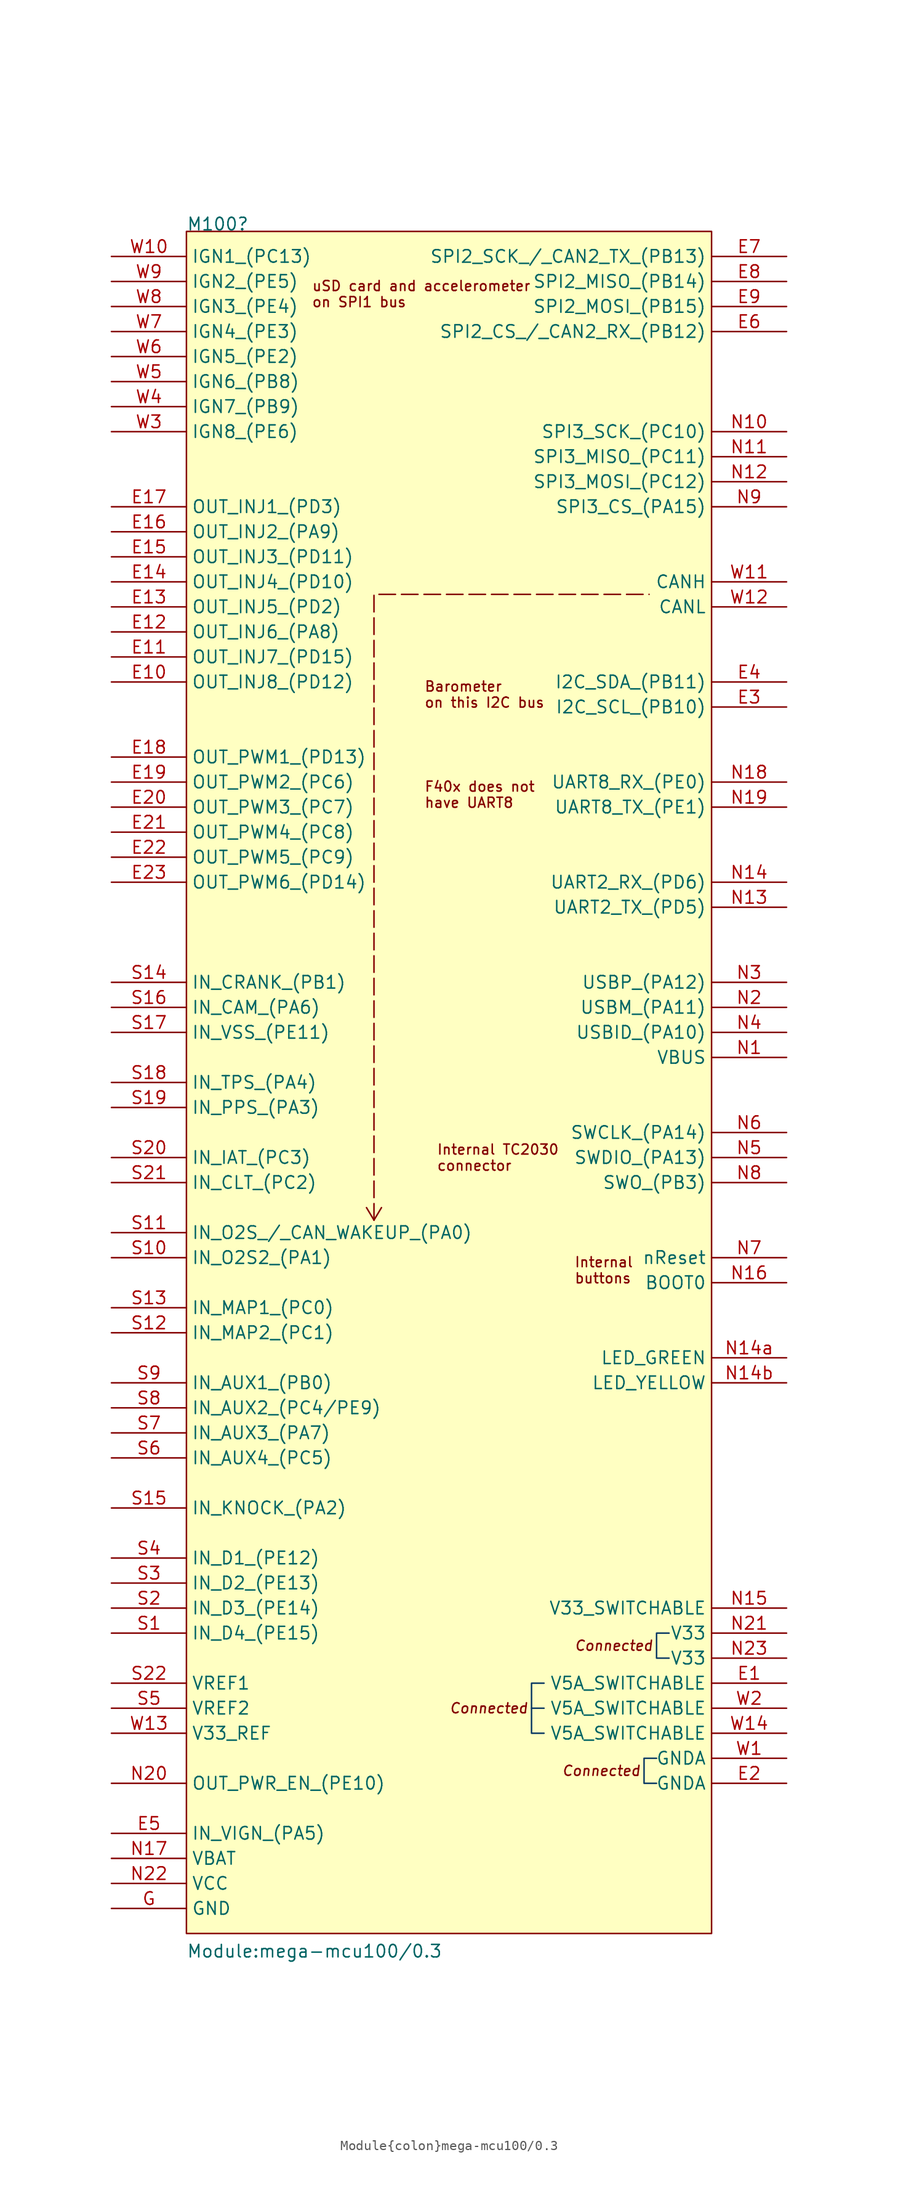
<source format=kicad_sym>
(kicad_symbol_lib
  (version 20220914)
  (generator kicad_symbol_editor)
  (symbol "Module{colon}mega-mcu100/0.3"
    (property "Reference" "M100"
      (at 7.62 2.54 0)
      (effects (font (size 1.27 1.27)) (justify left bottom)))
    (property "Value" "Module:mega-mcu100/0.3"
      (at 7.62 -172.72 0)
      (effects (font (size 1.27 1.27)) (justify left bottom)))
    (symbol "Module{colon}mega-mcu100/0.3_1_0"
      (polyline (pts (xy 26.67 -97.79) (xy 25.908 -96.52)) (stroke (width 0) (type default)) (fill (type none)))
      (polyline (pts (xy 26.67 -97.79) (xy 27.432 -96.52)) (stroke (width 0) (type default)) (fill (type none)))
      (polyline (pts (xy 26.67 -97.79) (xy 26.67 -34.29) (xy 54.61 -34.29)) (stroke (width 0) (type dash)) (fill (type none)))
      (polyline (pts (xy 42.672 -147.32) (xy 43.942 -147.32) (xy 43.942 -147.32) (xy 43.942 -147.32)) (stroke (width 0) (type solid) (color 7 55 99 1)) (fill (type none)))
      (polyline (pts (xy 43.942 -144.78) (xy 42.672 -144.78) (xy 42.672 -149.86) (xy 43.942 -149.86)) (stroke (width 0) (type solid) (color 7 55 99 1)) (fill (type none)))
      (polyline (pts (xy 55.372 -152.4) (xy 54.102 -152.4) (xy 54.102 -154.94) (xy 55.372 -154.94)) (stroke (width 0) (type solid) (color 7 55 99 1)) (fill (type none)))
      (polyline (pts (xy 56.642 -139.7) (xy 55.372 -139.7) (xy 55.372 -142.24) (xy 56.642 -142.24)) (stroke (width 0) (type solid) (color 7 55 99 1)) (fill (type none)))
      (rectangle (start 7.62 2.54) (end 60.96 -170.18) (stroke (width 0) (type solid)) (fill (type background)))
      (text "Barometer\non this I2C bus" (at 31.75 -44.45 0) (effects (font (size 1.016 1.016)) (justify left)))
      (text "Connected" (at 34.29 -147.32 0) (effects (font (size 1.016 1.016) italic) (justify left)))
      (text "Connected" (at 45.72 -153.67 0) (effects (font (size 1.016 1.016) italic) (justify left)))
      (text "Connected" (at 46.99 -140.97 0) (effects (font (size 1.016 1.016) italic) (justify left)))
      (text "F40x does not\nhave UART8" (at 31.75 -54.61 0) (effects (font (size 1.016 1.016)) (justify left)))
      (text "Internal\nbuttons" (at 46.99 -102.87 0) (effects (font (size 1.016 1.016)) (justify left)))
      (text "Internal TC2030\nconnector" (at 33.02 -91.44 0) (effects (font (size 1.016 1.016)) (justify left)))
      (text "uSD card and accelerometer \non SPI1 bus" (at 20.32 -3.81 0) (effects (font (size 1.016 1.016)) (justify left)))
      (pin passive line (at 68.58 -144.78 180) (length 7.62) (name "V5A_SWITCHABLE" (effects (font (size 1.27 1.27)))) (number "E1" (effects (font (size 1.27 1.27)))))
      (pin passive line (at 0 -43.18 0) (length 7.62) (name "OUT_INJ8_(PD12)" (effects (font (size 1.27 1.27)))) (number "E10" (effects (font (size 1.27 1.27)))))
      (pin passive line (at 0 -40.64 0) (length 7.62) (name "OUT_INJ7_(PD15)" (effects (font (size 1.27 1.27)))) (number "E11" (effects (font (size 1.27 1.27)))))
      (pin passive line (at 0 -38.1 0) (length 7.62) (name "OUT_INJ6_(PA8)" (effects (font (size 1.27 1.27)))) (number "E12" (effects (font (size 1.27 1.27)))))
      (pin passive line (at 0 -35.56 0) (length 7.62) (name "OUT_INJ5_(PD2)" (effects (font (size 1.27 1.27)))) (number "E13" (effects (font (size 1.27 1.27)))))
      (pin passive line (at 0 -33.02 0) (length 7.62) (name "OUT_INJ4_(PD10)" (effects (font (size 1.27 1.27)))) (number "E14" (effects (font (size 1.27 1.27)))))
      (pin passive line (at 0 -30.48 0) (length 7.62) (name "OUT_INJ3_(PD11)" (effects (font (size 1.27 1.27)))) (number "E15" (effects (font (size 1.27 1.27)))))
      (pin passive line (at 0 -27.94 0) (length 7.62) (name "OUT_INJ2_(PA9)" (effects (font (size 1.27 1.27)))) (number "E16" (effects (font (size 1.27 1.27)))))
      (pin passive line (at 0 -25.4 0) (length 7.62) (name "OUT_INJ1_(PD3)" (effects (font (size 1.27 1.27)))) (number "E17" (effects (font (size 1.27 1.27)))))
      (pin passive line (at 0 -50.8 0) (length 7.62) (name "OUT_PWM1_(PD13)" (effects (font (size 1.27 1.27)))) (number "E18" (effects (font (size 1.27 1.27)))))
      (pin passive line (at 0 -53.34 0) (length 7.62) (name "OUT_PWM2_(PC6)" (effects (font (size 1.27 1.27)))) (number "E19" (effects (font (size 1.27 1.27)))))
      (pin passive line (at 68.58 -154.94 180) (length 7.62) (name "GNDA" (effects (font (size 1.27 1.27)))) (number "E2" (effects (font (size 1.27 1.27)))))
      (pin passive line (at 0 -55.88 0) (length 7.62) (name "OUT_PWM3_(PC7)" (effects (font (size 1.27 1.27)))) (number "E20" (effects (font (size 1.27 1.27)))))
      (pin passive line (at 0 -58.42 0) (length 7.62) (name "OUT_PWM4_(PC8)" (effects (font (size 1.27 1.27)))) (number "E21" (effects (font (size 1.27 1.27)))))
      (pin passive line (at 0 -60.96 0) (length 7.62) (name "OUT_PWM5_(PC9)" (effects (font (size 1.27 1.27)))) (number "E22" (effects (font (size 1.27 1.27)))))
      (pin passive line (at 0 -63.5 0) (length 7.62) (name "OUT_PWM6_(PD14)" (effects (font (size 1.27 1.27)))) (number "E23" (effects (font (size 1.27 1.27)))))
      (pin passive line (at 68.58 -45.72 180) (length 7.62) (name "I2C_SCL_(PB10)" (effects (font (size 1.27 1.27)))) (number "E3" (effects (font (size 1.27 1.27)))))
      (pin passive line (at 68.58 -43.18 180) (length 7.62) (name "I2C_SDA_(PB11)" (effects (font (size 1.27 1.27)))) (number "E4" (effects (font (size 1.27 1.27)))))
      (pin passive line (at 0 -160.02 0) (length 7.62) (name "IN_VIGN_(PA5)" (effects (font (size 1.27 1.27)))) (number "E5" (effects (font (size 1.27 1.27)))))
      (pin passive line (at 68.58 -7.62 180) (length 7.62) (name "SPI2_CS_/_CAN2_RX_(PB12)" (effects (font (size 1.27 1.27)))) (number "E6" (effects (font (size 1.27 1.27)))))
      (pin passive line (at 68.58 0 180) (length 7.62) (name "SPI2_SCK_/_CAN2_TX_(PB13)" (effects (font (size 1.27 1.27)))) (number "E7" (effects (font (size 1.27 1.27)))))
      (pin passive line (at 68.58 -2.54 180) (length 7.62) (name "SPI2_MISO_(PB14)" (effects (font (size 1.27 1.27)))) (number "E8" (effects (font (size 1.27 1.27)))))
      (pin passive line (at 68.58 -5.08 180) (length 7.62) (name "SPI2_MOSI_(PB15)" (effects (font (size 1.27 1.27)))) (number "E9" (effects (font (size 1.27 1.27)))))
      (pin passive line (at 0 -167.64 0) (length 7.62) (name "GND" (effects (font (size 1.27 1.27)))) (number "G" (effects (font (size 1.27 1.27)))))
      (pin passive line (at 68.58 -81.28 180) (length 7.62) (name "VBUS" (effects (font (size 1.27 1.27)))) (number "N1" (effects (font (size 1.27 1.27)))))
      (pin passive line (at 68.58 -17.78 180) (length 7.62) (name "SPI3_SCK_(PC10)" (effects (font (size 1.27 1.27)))) (number "N10" (effects (font (size 1.27 1.27)))))
      (pin passive line (at 68.58 -20.32 180) (length 7.62) (name "SPI3_MISO_(PC11)" (effects (font (size 1.27 1.27)))) (number "N11" (effects (font (size 1.27 1.27)))))
      (pin passive line (at 68.58 -22.86 180) (length 7.62) (name "SPI3_MOSI_(PC12)" (effects (font (size 1.27 1.27)))) (number "N12" (effects (font (size 1.27 1.27)))))
      (pin passive line (at 68.58 -66.04 180) (length 7.62) (name "UART2_TX_(PD5)" (effects (font (size 1.27 1.27)))) (number "N13" (effects (font (size 1.27 1.27)))))
      (pin passive line (at 68.58 -63.5 180) (length 7.62) (name "UART2_RX_(PD6)" (effects (font (size 1.27 1.27)))) (number "N14" (effects (font (size 1.27 1.27)))))
      (pin passive line (at 68.58 -111.76 180) (length 7.62) (name "LED_GREEN" (effects (font (size 1.27 1.27)))) (number "N14a" (effects (font (size 1.27 1.27)))))
      (pin passive line (at 68.58 -114.3 180) (length 7.62) (name "LED_YELLOW" (effects (font (size 1.27 1.27)))) (number "N14b" (effects (font (size 1.27 1.27)))))
      (pin passive line (at 68.58 -137.16 180) (length 7.62) (name "V33_SWITCHABLE" (effects (font (size 1.27 1.27)))) (number "N15" (effects (font (size 1.27 1.27)))))
      (pin passive line (at 68.58 -104.14 180) (length 7.62) (name "BOOT0" (effects (font (size 1.27 1.27)))) (number "N16" (effects (font (size 1.27 1.27)))))
      (pin passive line (at 0 -162.56 0) (length 7.62) (name "VBAT" (effects (font (size 1.27 1.27)))) (number "N17" (effects (font (size 1.27 1.27)))))
      (pin passive line (at 68.58 -53.34 180) (length 7.62) (name "UART8_RX_(PE0)" (effects (font (size 1.27 1.27)))) (number "N18" (effects (font (size 1.27 1.27)))))
      (pin passive line (at 68.58 -55.88 180) (length 7.62) (name "UART8_TX_(PE1)" (effects (font (size 1.27 1.27)))) (number "N19" (effects (font (size 1.27 1.27)))))
      (pin passive line (at 68.58 -76.2 180) (length 7.62) (name "USBM_(PA11)" (effects (font (size 1.27 1.27)))) (number "N2" (effects (font (size 1.27 1.27)))))
      (pin passive line (at 0 -154.94 0) (length 7.62) (name "OUT_PWR_EN_(PE10)" (effects (font (size 1.27 1.27)))) (number "N20" (effects (font (size 1.27 1.27)))))
      (pin passive line (at 68.58 -139.7 180) (length 7.62) (name "V33" (effects (font (size 1.27 1.27)))) (number "N21" (effects (font (size 1.27 1.27)))))
      (pin passive line (at 0 -165.1 0) (length 7.62) (name "VCC" (effects (font (size 1.27 1.27)))) (number "N22" (effects (font (size 1.27 1.27)))))
      (pin passive line (at 68.58 -142.24 180) (length 7.62) (name "V33" (effects (font (size 1.27 1.27)))) (number "N23" (effects (font (size 1.27 1.27)))))
      (pin passive line (at 68.58 -73.66 180) (length 7.62) (name "USBP_(PA12)" (effects (font (size 1.27 1.27)))) (number "N3" (effects (font (size 1.27 1.27)))))
      (pin passive line (at 68.58 -78.74 180) (length 7.62) (name "USBID_(PA10)" (effects (font (size 1.27 1.27)))) (number "N4" (effects (font (size 1.27 1.27)))))
      (pin passive line (at 68.58 -91.44 180) (length 7.62) (name "SWDIO_(PA13)" (effects (font (size 1.27 1.27)))) (number "N5" (effects (font (size 1.27 1.27)))))
      (pin passive line (at 68.58 -88.9 180) (length 7.62) (name "SWCLK_(PA14)" (effects (font (size 1.27 1.27)))) (number "N6" (effects (font (size 1.27 1.27)))))
      (pin passive line (at 68.58 -101.6 180) (length 7.62) (name "nReset" (effects (font (size 1.27 1.27)))) (number "N7" (effects (font (size 1.27 1.27)))))
      (pin passive line (at 68.58 -93.98 180) (length 7.62) (name "SWO_(PB3)" (effects (font (size 1.27 1.27)))) (number "N8" (effects (font (size 1.27 1.27)))))
      (pin passive line (at 68.58 -25.4 180) (length 7.62) (name "SPI3_CS_(PA15)" (effects (font (size 1.27 1.27)))) (number "N9" (effects (font (size 1.27 1.27)))))
      (pin passive line (at 0 -139.7 0) (length 7.62) (name "IN_D4_(PE15)" (effects (font (size 1.27 1.27)))) (number "S1" (effects (font (size 1.27 1.27)))))
      (pin passive line (at 0 -101.6 0) (length 7.62) (name "IN_O2S2_(PA1)" (effects (font (size 1.27 1.27)))) (number "S10" (effects (font (size 1.27 1.27)))))
      (pin passive line (at 0 -99.06 0) (length 7.62) (name "IN_O2S_/_CAN_WAKEUP_(PA0)" (effects (font (size 1.27 1.27)))) (number "S11" (effects (font (size 1.27 1.27)))))
      (pin passive line (at 0 -109.22 0) (length 7.62) (name "IN_MAP2_(PC1)" (effects (font (size 1.27 1.27)))) (number "S12" (effects (font (size 1.27 1.27)))))
      (pin passive line (at 0 -106.68 0) (length 7.62) (name "IN_MAP1_(PC0)" (effects (font (size 1.27 1.27)))) (number "S13" (effects (font (size 1.27 1.27)))))
      (pin passive line (at 0 -73.66 0) (length 7.62) (name "IN_CRANK_(PB1)" (effects (font (size 1.27 1.27)))) (number "S14" (effects (font (size 1.27 1.27)))))
      (pin passive line (at 0 -127 0) (length 7.62) (name "IN_KNOCK_(PA2)" (effects (font (size 1.27 1.27)))) (number "S15" (effects (font (size 1.27 1.27)))))
      (pin passive line (at 0 -76.2 0) (length 7.62) (name "IN_CAM_(PA6)" (effects (font (size 1.27 1.27)))) (number "S16" (effects (font (size 1.27 1.27)))))
      (pin passive line (at 0 -78.74 0) (length 7.62) (name "IN_VSS_(PE11)" (effects (font (size 1.27 1.27)))) (number "S17" (effects (font (size 1.27 1.27)))))
      (pin passive line (at 0 -83.82 0) (length 7.62) (name "IN_TPS_(PA4)" (effects (font (size 1.27 1.27)))) (number "S18" (effects (font (size 1.27 1.27)))))
      (pin passive line (at 0 -86.36 0) (length 7.62) (name "IN_PPS_(PA3)" (effects (font (size 1.27 1.27)))) (number "S19" (effects (font (size 1.27 1.27)))))
      (pin passive line (at 0 -137.16 0) (length 7.62) (name "IN_D3_(PE14)" (effects (font (size 1.27 1.27)))) (number "S2" (effects (font (size 1.27 1.27)))))
      (pin passive line (at 0 -91.44 0) (length 7.62) (name "IN_IAT_(PC3)" (effects (font (size 1.27 1.27)))) (number "S20" (effects (font (size 1.27 1.27)))))
      (pin passive line (at 0 -93.98 0) (length 7.62) (name "IN_CLT_(PC2)" (effects (font (size 1.27 1.27)))) (number "S21" (effects (font (size 1.27 1.27)))))
      (pin passive line (at 0 -144.78 0) (length 7.62) (name "VREF1" (effects (font (size 1.27 1.27)))) (number "S22" (effects (font (size 1.27 1.27)))))
      (pin passive line (at 0 -134.62 0) (length 7.62) (name "IN_D2_(PE13)" (effects (font (size 1.27 1.27)))) (number "S3" (effects (font (size 1.27 1.27)))))
      (pin passive line (at 0 -132.08 0) (length 7.62) (name "IN_D1_(PE12)" (effects (font (size 1.27 1.27)))) (number "S4" (effects (font (size 1.27 1.27)))))
      (pin passive line (at 0 -147.32 0) (length 7.62) (name "VREF2" (effects (font (size 1.27 1.27)))) (number "S5" (effects (font (size 1.27 1.27)))))
      (pin passive line (at 0 -121.92 0) (length 7.62) (name "IN_AUX4_(PC5)" (effects (font (size 1.27 1.27)))) (number "S6" (effects (font (size 1.27 1.27)))))
      (pin passive line (at 0 -119.38 0) (length 7.62) (name "IN_AUX3_(PA7)" (effects (font (size 1.27 1.27)))) (number "S7" (effects (font (size 1.27 1.27)))))
      (pin passive line (at 0 -116.84 0) (length 7.62) (name "IN_AUX2_(PC4/PE9)" (effects (font (size 1.27 1.27)))) (number "S8" (effects (font (size 1.27 1.27)))))
      (pin passive line (at 0 -114.3 0) (length 7.62) (name "IN_AUX1_(PB0)" (effects (font (size 1.27 1.27)))) (number "S9" (effects (font (size 1.27 1.27)))))
      (pin passive line (at 68.58 -152.4 180) (length 7.62) (name "GNDA" (effects (font (size 1.27 1.27)))) (number "W1" (effects (font (size 1.27 1.27)))))
      (pin passive line (at 0 0 0) (length 7.62) (name "IGN1_(PC13)" (effects (font (size 1.27 1.27)))) (number "W10" (effects (font (size 1.27 1.27)))))
      (pin passive line (at 68.58 -33.02 180) (length 7.62) (name "CANH" (effects (font (size 1.27 1.27)))) (number "W11" (effects (font (size 1.27 1.27)))))
      (pin passive line (at 68.58 -35.56 180) (length 7.62) (name "CANL" (effects (font (size 1.27 1.27)))) (number "W12" (effects (font (size 1.27 1.27)))))
      (pin passive line (at 0 -149.86 0) (length 7.62) (name "V33_REF" (effects (font (size 1.27 1.27)))) (number "W13" (effects (font (size 1.27 1.27)))))
      (pin passive line (at 68.58 -149.86 180) (length 7.62) (name "V5A_SWITCHABLE" (effects (font (size 1.27 1.27)))) (number "W14" (effects (font (size 1.27 1.27)))))
      (pin passive line (at 68.58 -147.32 180) (length 7.62) (name "V5A_SWITCHABLE" (effects (font (size 1.27 1.27)))) (number "W2" (effects (font (size 1.27 1.27)))))
      (pin passive line (at 0 -17.78 0) (length 7.62) (name "IGN8_(PE6)" (effects (font (size 1.27 1.27)))) (number "W3" (effects (font (size 1.27 1.27)))))
      (pin passive line (at 0 -15.24 0) (length 7.62) (name "IGN7_(PB9)" (effects (font (size 1.27 1.27)))) (number "W4" (effects (font (size 1.27 1.27)))))
      (pin passive line (at 0 -12.7 0) (length 7.62) (name "IGN6_(PB8)" (effects (font (size 1.27 1.27)))) (number "W5" (effects (font (size 1.27 1.27)))))
      (pin passive line (at 0 -10.16 0) (length 7.62) (name "IGN5_(PE2)" (effects (font (size 1.27 1.27)))) (number "W6" (effects (font (size 1.27 1.27)))))
      (pin passive line (at 0 -7.62 0) (length 7.62) (name "IGN4_(PE3)" (effects (font (size 1.27 1.27)))) (number "W7" (effects (font (size 1.27 1.27)))))
      (pin passive line (at 0 -5.08 0) (length 7.62) (name "IGN3_(PE4)" (effects (font (size 1.27 1.27)))) (number "W8" (effects (font (size 1.27 1.27)))))
      (pin passive line (at 0 -2.54 0) (length 7.62) (name "IGN2_(PE5)" (effects (font (size 1.27 1.27)))) (number "W9" (effects (font (size 1.27 1.27))))))))
</source>
